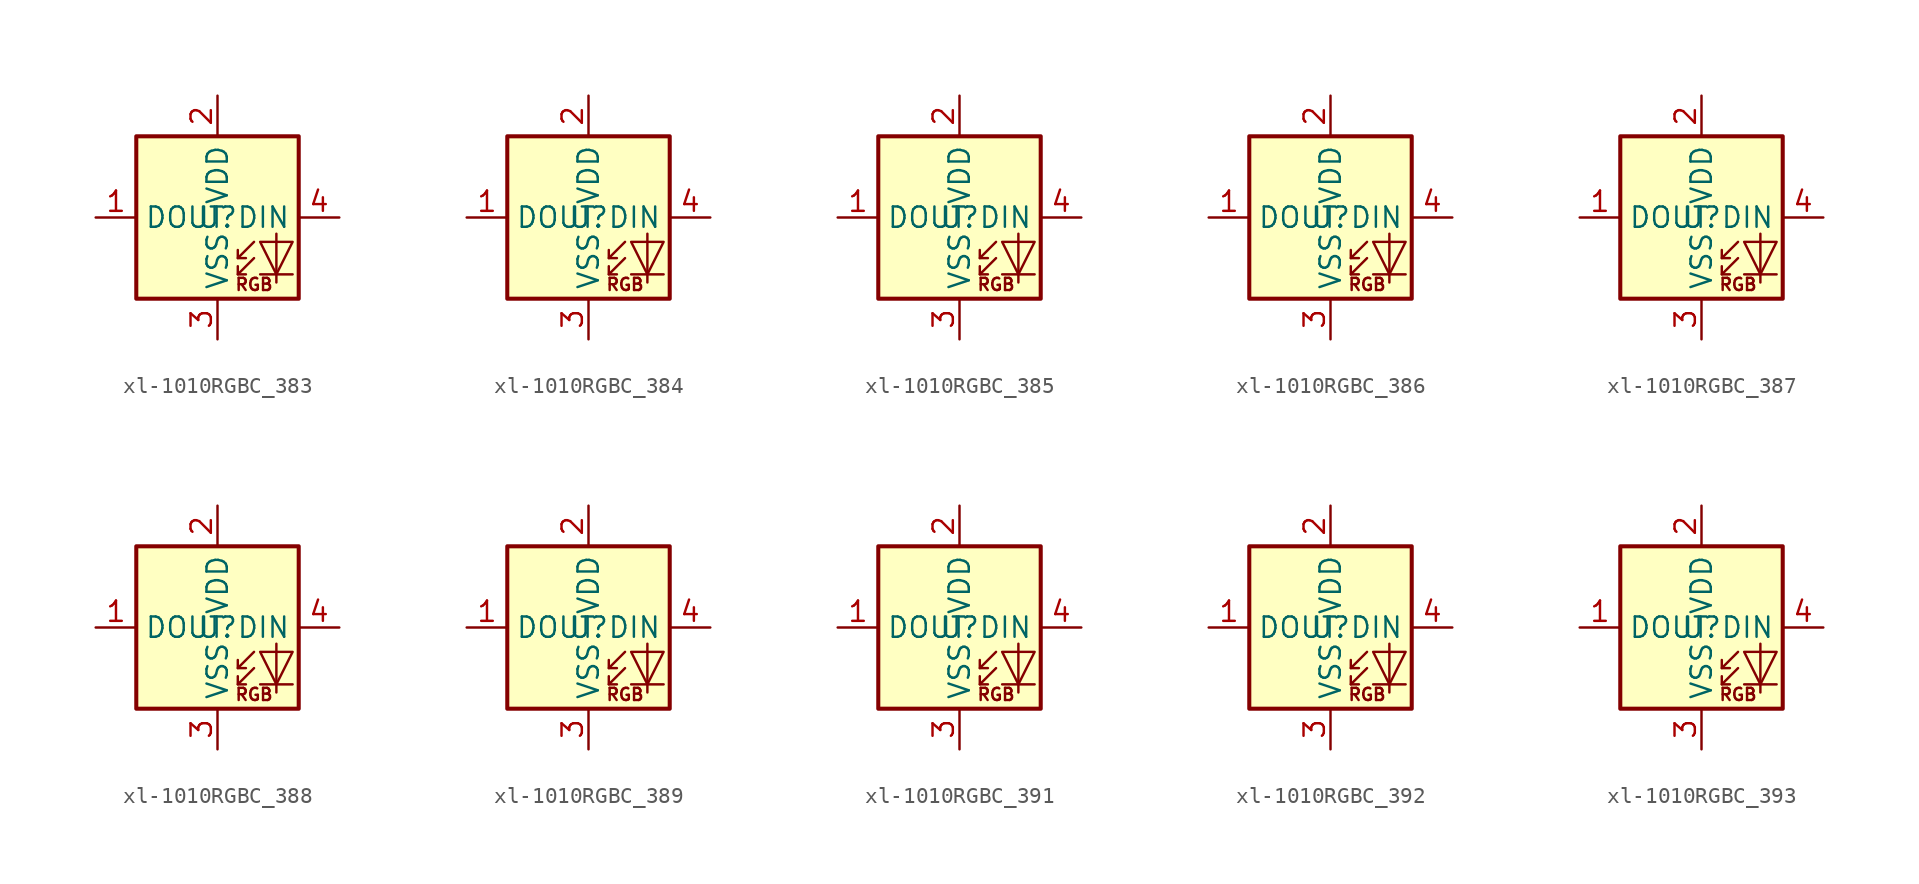
<source format=kicad_sym>
(kicad_symbol_lib
  (version 20231120)
  (generator "kicad_symbol_editor")
  (generator_version "8.0")
  (symbol "xl-1010RGBC_383"
    (property "Reference" "U"
      (at 0 0 0)
      (effects (font (size 1.27 1.27))))
    (property "Value" ""
      (at 0 0 0)
      (effects (font (size 1.27 1.27))))
    (symbol "xl-1010RGBC_383_0_0"
      (text "RGB" (at 2.286 -4.191 0) (effects (font (size 0.762 0.762)))))
    (symbol "xl-1010RGBC_383_0_1"
      (polyline (pts (xy 1.27 -3.556) (xy 1.778 -3.556)) (stroke (width 0) (type default)) (fill (type none)))
      (polyline (pts (xy 1.27 -2.54) (xy 1.778 -2.54)) (stroke (width 0) (type default)) (fill (type none)))
      (polyline (pts (xy 4.699 -3.556) (xy 2.667 -3.556)) (stroke (width 0) (type default)) (fill (type none)))
      (polyline (pts (xy 2.286 -2.54) (xy 1.27 -3.556) (xy 1.27 -3.048)) (stroke (width 0) (type default)) (fill (type none)))
      (polyline (pts (xy 2.286 -1.524) (xy 1.27 -2.54) (xy 1.27 -2.032)) (stroke (width 0) (type default)) (fill (type none)))
      (polyline (pts (xy 3.683 -1.016) (xy 3.683 -3.556) (xy 3.683 -4.064)) (stroke (width 0) (type default)) (fill (type none)))
      (polyline (pts (xy 4.699 -1.524) (xy 2.667 -1.524) (xy 3.683 -3.556) (xy 4.699 -1.524)) (stroke (width 0) (type default)) (fill (type none)))
      (rectangle (start 5.08 5.08) (end -5.08 -5.08) (stroke (width 0.254) (type default)) (fill (type background))))
    (symbol "xl-1010RGBC_383_1_1"
      (pin output line (at -7.62 0 0) (length 2.54) (name "DOUT" (effects (font (size 1.27 1.27)))) (number "1" (effects (font (size 1.27 1.27)))))
      (pin power_in line (at 0 7.62 270) (length 2.54) (name "VDD" (effects (font (size 1.27 1.27)))) (number "2" (effects (font (size 1.27 1.27)))))
      (pin power_in line (at 0 -7.62 90) (length 2.54) (name "VSS" (effects (font (size 1.27 1.27)))) (number "3" (effects (font (size 1.27 1.27)))))
      (pin input line (at 7.62 0 180) (length 2.54) (name "DIN" (effects (font (size 1.27 1.27)))) (number "4" (effects (font (size 1.27 1.27)))))))
  (symbol "xl-1010RGBC_384"
    (property "Reference" "U"
      (at 0 0 0)
      (effects (font (size 1.27 1.27))))
    (property "Value" ""
      (at 0 0 0)
      (effects (font (size 1.27 1.27))))
    (symbol "xl-1010RGBC_384_0_0"
      (text "RGB" (at 2.286 -4.191 0) (effects (font (size 0.762 0.762)))))
    (symbol "xl-1010RGBC_384_0_1"
      (polyline (pts (xy 1.27 -3.556) (xy 1.778 -3.556)) (stroke (width 0) (type default)) (fill (type none)))
      (polyline (pts (xy 1.27 -2.54) (xy 1.778 -2.54)) (stroke (width 0) (type default)) (fill (type none)))
      (polyline (pts (xy 4.699 -3.556) (xy 2.667 -3.556)) (stroke (width 0) (type default)) (fill (type none)))
      (polyline (pts (xy 2.286 -2.54) (xy 1.27 -3.556) (xy 1.27 -3.048)) (stroke (width 0) (type default)) (fill (type none)))
      (polyline (pts (xy 2.286 -1.524) (xy 1.27 -2.54) (xy 1.27 -2.032)) (stroke (width 0) (type default)) (fill (type none)))
      (polyline (pts (xy 3.683 -1.016) (xy 3.683 -3.556) (xy 3.683 -4.064)) (stroke (width 0) (type default)) (fill (type none)))
      (polyline (pts (xy 4.699 -1.524) (xy 2.667 -1.524) (xy 3.683 -3.556) (xy 4.699 -1.524)) (stroke (width 0) (type default)) (fill (type none)))
      (rectangle (start 5.08 5.08) (end -5.08 -5.08) (stroke (width 0.254) (type default)) (fill (type background))))
    (symbol "xl-1010RGBC_384_1_1"
      (pin output line (at -7.62 0 0) (length 2.54) (name "DOUT" (effects (font (size 1.27 1.27)))) (number "1" (effects (font (size 1.27 1.27)))))
      (pin power_in line (at 0 7.62 270) (length 2.54) (name "VDD" (effects (font (size 1.27 1.27)))) (number "2" (effects (font (size 1.27 1.27)))))
      (pin power_in line (at 0 -7.62 90) (length 2.54) (name "VSS" (effects (font (size 1.27 1.27)))) (number "3" (effects (font (size 1.27 1.27)))))
      (pin input line (at 7.62 0 180) (length 2.54) (name "DIN" (effects (font (size 1.27 1.27)))) (number "4" (effects (font (size 1.27 1.27)))))))
  (symbol "xl-1010RGBC_385"
    (property "Reference" "U"
      (at 0 0 0)
      (effects (font (size 1.27 1.27))))
    (property "Value" ""
      (at 0 0 0)
      (effects (font (size 1.27 1.27))))
    (symbol "xl-1010RGBC_385_0_0"
      (text "RGB" (at 2.286 -4.191 0) (effects (font (size 0.762 0.762)))))
    (symbol "xl-1010RGBC_385_0_1"
      (polyline (pts (xy 1.27 -3.556) (xy 1.778 -3.556)) (stroke (width 0) (type default)) (fill (type none)))
      (polyline (pts (xy 1.27 -2.54) (xy 1.778 -2.54)) (stroke (width 0) (type default)) (fill (type none)))
      (polyline (pts (xy 4.699 -3.556) (xy 2.667 -3.556)) (stroke (width 0) (type default)) (fill (type none)))
      (polyline (pts (xy 2.286 -2.54) (xy 1.27 -3.556) (xy 1.27 -3.048)) (stroke (width 0) (type default)) (fill (type none)))
      (polyline (pts (xy 2.286 -1.524) (xy 1.27 -2.54) (xy 1.27 -2.032)) (stroke (width 0) (type default)) (fill (type none)))
      (polyline (pts (xy 3.683 -1.016) (xy 3.683 -3.556) (xy 3.683 -4.064)) (stroke (width 0) (type default)) (fill (type none)))
      (polyline (pts (xy 4.699 -1.524) (xy 2.667 -1.524) (xy 3.683 -3.556) (xy 4.699 -1.524)) (stroke (width 0) (type default)) (fill (type none)))
      (rectangle (start 5.08 5.08) (end -5.08 -5.08) (stroke (width 0.254) (type default)) (fill (type background))))
    (symbol "xl-1010RGBC_385_1_1"
      (pin output line (at -7.62 0 0) (length 2.54) (name "DOUT" (effects (font (size 1.27 1.27)))) (number "1" (effects (font (size 1.27 1.27)))))
      (pin power_in line (at 0 7.62 270) (length 2.54) (name "VDD" (effects (font (size 1.27 1.27)))) (number "2" (effects (font (size 1.27 1.27)))))
      (pin power_in line (at 0 -7.62 90) (length 2.54) (name "VSS" (effects (font (size 1.27 1.27)))) (number "3" (effects (font (size 1.27 1.27)))))
      (pin input line (at 7.62 0 180) (length 2.54) (name "DIN" (effects (font (size 1.27 1.27)))) (number "4" (effects (font (size 1.27 1.27)))))))
  (symbol "xl-1010RGBC_386"
    (property "Reference" "U"
      (at 0 0 0)
      (effects (font (size 1.27 1.27))))
    (property "Value" ""
      (at 0 0 0)
      (effects (font (size 1.27 1.27))))
    (symbol "xl-1010RGBC_386_0_0"
      (text "RGB" (at 2.286 -4.191 0) (effects (font (size 0.762 0.762)))))
    (symbol "xl-1010RGBC_386_0_1"
      (polyline (pts (xy 1.27 -3.556) (xy 1.778 -3.556)) (stroke (width 0) (type default)) (fill (type none)))
      (polyline (pts (xy 1.27 -2.54) (xy 1.778 -2.54)) (stroke (width 0) (type default)) (fill (type none)))
      (polyline (pts (xy 4.699 -3.556) (xy 2.667 -3.556)) (stroke (width 0) (type default)) (fill (type none)))
      (polyline (pts (xy 2.286 -2.54) (xy 1.27 -3.556) (xy 1.27 -3.048)) (stroke (width 0) (type default)) (fill (type none)))
      (polyline (pts (xy 2.286 -1.524) (xy 1.27 -2.54) (xy 1.27 -2.032)) (stroke (width 0) (type default)) (fill (type none)))
      (polyline (pts (xy 3.683 -1.016) (xy 3.683 -3.556) (xy 3.683 -4.064)) (stroke (width 0) (type default)) (fill (type none)))
      (polyline (pts (xy 4.699 -1.524) (xy 2.667 -1.524) (xy 3.683 -3.556) (xy 4.699 -1.524)) (stroke (width 0) (type default)) (fill (type none)))
      (rectangle (start 5.08 5.08) (end -5.08 -5.08) (stroke (width 0.254) (type default)) (fill (type background))))
    (symbol "xl-1010RGBC_386_1_1"
      (pin output line (at -7.62 0 0) (length 2.54) (name "DOUT" (effects (font (size 1.27 1.27)))) (number "1" (effects (font (size 1.27 1.27)))))
      (pin power_in line (at 0 7.62 270) (length 2.54) (name "VDD" (effects (font (size 1.27 1.27)))) (number "2" (effects (font (size 1.27 1.27)))))
      (pin power_in line (at 0 -7.62 90) (length 2.54) (name "VSS" (effects (font (size 1.27 1.27)))) (number "3" (effects (font (size 1.27 1.27)))))
      (pin input line (at 7.62 0 180) (length 2.54) (name "DIN" (effects (font (size 1.27 1.27)))) (number "4" (effects (font (size 1.27 1.27)))))))
  (symbol "xl-1010RGBC_387"
    (property "Reference" "U"
      (at 0 0 0)
      (effects (font (size 1.27 1.27))))
    (property "Value" ""
      (at 0 0 0)
      (effects (font (size 1.27 1.27))))
    (symbol "xl-1010RGBC_387_0_0"
      (text "RGB" (at 2.286 -4.191 0) (effects (font (size 0.762 0.762)))))
    (symbol "xl-1010RGBC_387_0_1"
      (polyline (pts (xy 1.27 -3.556) (xy 1.778 -3.556)) (stroke (width 0) (type default)) (fill (type none)))
      (polyline (pts (xy 1.27 -2.54) (xy 1.778 -2.54)) (stroke (width 0) (type default)) (fill (type none)))
      (polyline (pts (xy 4.699 -3.556) (xy 2.667 -3.556)) (stroke (width 0) (type default)) (fill (type none)))
      (polyline (pts (xy 2.286 -2.54) (xy 1.27 -3.556) (xy 1.27 -3.048)) (stroke (width 0) (type default)) (fill (type none)))
      (polyline (pts (xy 2.286 -1.524) (xy 1.27 -2.54) (xy 1.27 -2.032)) (stroke (width 0) (type default)) (fill (type none)))
      (polyline (pts (xy 3.683 -1.016) (xy 3.683 -3.556) (xy 3.683 -4.064)) (stroke (width 0) (type default)) (fill (type none)))
      (polyline (pts (xy 4.699 -1.524) (xy 2.667 -1.524) (xy 3.683 -3.556) (xy 4.699 -1.524)) (stroke (width 0) (type default)) (fill (type none)))
      (rectangle (start 5.08 5.08) (end -5.08 -5.08) (stroke (width 0.254) (type default)) (fill (type background))))
    (symbol "xl-1010RGBC_387_1_1"
      (pin output line (at -7.62 0 0) (length 2.54) (name "DOUT" (effects (font (size 1.27 1.27)))) (number "1" (effects (font (size 1.27 1.27)))))
      (pin power_in line (at 0 7.62 270) (length 2.54) (name "VDD" (effects (font (size 1.27 1.27)))) (number "2" (effects (font (size 1.27 1.27)))))
      (pin power_in line (at 0 -7.62 90) (length 2.54) (name "VSS" (effects (font (size 1.27 1.27)))) (number "3" (effects (font (size 1.27 1.27)))))
      (pin input line (at 7.62 0 180) (length 2.54) (name "DIN" (effects (font (size 1.27 1.27)))) (number "4" (effects (font (size 1.27 1.27)))))))
  (symbol "xl-1010RGBC_388"
    (property "Reference" "U"
      (at 0 0 0)
      (effects (font (size 1.27 1.27))))
    (property "Value" ""
      (at 0 0 0)
      (effects (font (size 1.27 1.27))))
    (symbol "xl-1010RGBC_388_0_0"
      (text "RGB" (at 2.286 -4.191 0) (effects (font (size 0.762 0.762)))))
    (symbol "xl-1010RGBC_388_0_1"
      (polyline (pts (xy 1.27 -3.556) (xy 1.778 -3.556)) (stroke (width 0) (type default)) (fill (type none)))
      (polyline (pts (xy 1.27 -2.54) (xy 1.778 -2.54)) (stroke (width 0) (type default)) (fill (type none)))
      (polyline (pts (xy 4.699 -3.556) (xy 2.667 -3.556)) (stroke (width 0) (type default)) (fill (type none)))
      (polyline (pts (xy 2.286 -2.54) (xy 1.27 -3.556) (xy 1.27 -3.048)) (stroke (width 0) (type default)) (fill (type none)))
      (polyline (pts (xy 2.286 -1.524) (xy 1.27 -2.54) (xy 1.27 -2.032)) (stroke (width 0) (type default)) (fill (type none)))
      (polyline (pts (xy 3.683 -1.016) (xy 3.683 -3.556) (xy 3.683 -4.064)) (stroke (width 0) (type default)) (fill (type none)))
      (polyline (pts (xy 4.699 -1.524) (xy 2.667 -1.524) (xy 3.683 -3.556) (xy 4.699 -1.524)) (stroke (width 0) (type default)) (fill (type none)))
      (rectangle (start 5.08 5.08) (end -5.08 -5.08) (stroke (width 0.254) (type default)) (fill (type background))))
    (symbol "xl-1010RGBC_388_1_1"
      (pin output line (at -7.62 0 0) (length 2.54) (name "DOUT" (effects (font (size 1.27 1.27)))) (number "1" (effects (font (size 1.27 1.27)))))
      (pin power_in line (at 0 7.62 270) (length 2.54) (name "VDD" (effects (font (size 1.27 1.27)))) (number "2" (effects (font (size 1.27 1.27)))))
      (pin power_in line (at 0 -7.62 90) (length 2.54) (name "VSS" (effects (font (size 1.27 1.27)))) (number "3" (effects (font (size 1.27 1.27)))))
      (pin input line (at 7.62 0 180) (length 2.54) (name "DIN" (effects (font (size 1.27 1.27)))) (number "4" (effects (font (size 1.27 1.27)))))))
  (symbol "xl-1010RGBC_389"
    (property "Reference" "U"
      (at 0 0 0)
      (effects (font (size 1.27 1.27))))
    (property "Value" ""
      (at 0 0 0)
      (effects (font (size 1.27 1.27))))
    (symbol "xl-1010RGBC_389_0_0"
      (text "RGB" (at 2.286 -4.191 0) (effects (font (size 0.762 0.762)))))
    (symbol "xl-1010RGBC_389_0_1"
      (polyline (pts (xy 1.27 -3.556) (xy 1.778 -3.556)) (stroke (width 0) (type default)) (fill (type none)))
      (polyline (pts (xy 1.27 -2.54) (xy 1.778 -2.54)) (stroke (width 0) (type default)) (fill (type none)))
      (polyline (pts (xy 4.699 -3.556) (xy 2.667 -3.556)) (stroke (width 0) (type default)) (fill (type none)))
      (polyline (pts (xy 2.286 -2.54) (xy 1.27 -3.556) (xy 1.27 -3.048)) (stroke (width 0) (type default)) (fill (type none)))
      (polyline (pts (xy 2.286 -1.524) (xy 1.27 -2.54) (xy 1.27 -2.032)) (stroke (width 0) (type default)) (fill (type none)))
      (polyline (pts (xy 3.683 -1.016) (xy 3.683 -3.556) (xy 3.683 -4.064)) (stroke (width 0) (type default)) (fill (type none)))
      (polyline (pts (xy 4.699 -1.524) (xy 2.667 -1.524) (xy 3.683 -3.556) (xy 4.699 -1.524)) (stroke (width 0) (type default)) (fill (type none)))
      (rectangle (start 5.08 5.08) (end -5.08 -5.08) (stroke (width 0.254) (type default)) (fill (type background))))
    (symbol "xl-1010RGBC_389_1_1"
      (pin output line (at -7.62 0 0) (length 2.54) (name "DOUT" (effects (font (size 1.27 1.27)))) (number "1" (effects (font (size 1.27 1.27)))))
      (pin power_in line (at 0 7.62 270) (length 2.54) (name "VDD" (effects (font (size 1.27 1.27)))) (number "2" (effects (font (size 1.27 1.27)))))
      (pin power_in line (at 0 -7.62 90) (length 2.54) (name "VSS" (effects (font (size 1.27 1.27)))) (number "3" (effects (font (size 1.27 1.27)))))
      (pin input line (at 7.62 0 180) (length 2.54) (name "DIN" (effects (font (size 1.27 1.27)))) (number "4" (effects (font (size 1.27 1.27)))))))
  (symbol "xl-1010RGBC_391"
    (property "Reference" "U"
      (at 0 0 0)
      (effects (font (size 1.27 1.27))))
    (property "Value" ""
      (at 0 0 0)
      (effects (font (size 1.27 1.27))))
    (symbol "xl-1010RGBC_391_0_0"
      (text "RGB" (at 2.286 -4.191 0) (effects (font (size 0.762 0.762)))))
    (symbol "xl-1010RGBC_391_0_1"
      (polyline (pts (xy 1.27 -3.556) (xy 1.778 -3.556)) (stroke (width 0) (type default)) (fill (type none)))
      (polyline (pts (xy 1.27 -2.54) (xy 1.778 -2.54)) (stroke (width 0) (type default)) (fill (type none)))
      (polyline (pts (xy 4.699 -3.556) (xy 2.667 -3.556)) (stroke (width 0) (type default)) (fill (type none)))
      (polyline (pts (xy 2.286 -2.54) (xy 1.27 -3.556) (xy 1.27 -3.048)) (stroke (width 0) (type default)) (fill (type none)))
      (polyline (pts (xy 2.286 -1.524) (xy 1.27 -2.54) (xy 1.27 -2.032)) (stroke (width 0) (type default)) (fill (type none)))
      (polyline (pts (xy 3.683 -1.016) (xy 3.683 -3.556) (xy 3.683 -4.064)) (stroke (width 0) (type default)) (fill (type none)))
      (polyline (pts (xy 4.699 -1.524) (xy 2.667 -1.524) (xy 3.683 -3.556) (xy 4.699 -1.524)) (stroke (width 0) (type default)) (fill (type none)))
      (rectangle (start 5.08 5.08) (end -5.08 -5.08) (stroke (width 0.254) (type default)) (fill (type background))))
    (symbol "xl-1010RGBC_391_1_1"
      (pin output line (at -7.62 0 0) (length 2.54) (name "DOUT" (effects (font (size 1.27 1.27)))) (number "1" (effects (font (size 1.27 1.27)))))
      (pin power_in line (at 0 7.62 270) (length 2.54) (name "VDD" (effects (font (size 1.27 1.27)))) (number "2" (effects (font (size 1.27 1.27)))))
      (pin power_in line (at 0 -7.62 90) (length 2.54) (name "VSS" (effects (font (size 1.27 1.27)))) (number "3" (effects (font (size 1.27 1.27)))))
      (pin input line (at 7.62 0 180) (length 2.54) (name "DIN" (effects (font (size 1.27 1.27)))) (number "4" (effects (font (size 1.27 1.27)))))))
  (symbol "xl-1010RGBC_392"
    (property "Reference" "U"
      (at 0 0 0)
      (effects (font (size 1.27 1.27))))
    (property "Value" ""
      (at 0 0 0)
      (effects (font (size 1.27 1.27))))
    (symbol "xl-1010RGBC_392_0_0"
      (text "RGB" (at 2.286 -4.191 0) (effects (font (size 0.762 0.762)))))
    (symbol "xl-1010RGBC_392_0_1"
      (polyline (pts (xy 1.27 -3.556) (xy 1.778 -3.556)) (stroke (width 0) (type default)) (fill (type none)))
      (polyline (pts (xy 1.27 -2.54) (xy 1.778 -2.54)) (stroke (width 0) (type default)) (fill (type none)))
      (polyline (pts (xy 4.699 -3.556) (xy 2.667 -3.556)) (stroke (width 0) (type default)) (fill (type none)))
      (polyline (pts (xy 2.286 -2.54) (xy 1.27 -3.556) (xy 1.27 -3.048)) (stroke (width 0) (type default)) (fill (type none)))
      (polyline (pts (xy 2.286 -1.524) (xy 1.27 -2.54) (xy 1.27 -2.032)) (stroke (width 0) (type default)) (fill (type none)))
      (polyline (pts (xy 3.683 -1.016) (xy 3.683 -3.556) (xy 3.683 -4.064)) (stroke (width 0) (type default)) (fill (type none)))
      (polyline (pts (xy 4.699 -1.524) (xy 2.667 -1.524) (xy 3.683 -3.556) (xy 4.699 -1.524)) (stroke (width 0) (type default)) (fill (type none)))
      (rectangle (start 5.08 5.08) (end -5.08 -5.08) (stroke (width 0.254) (type default)) (fill (type background))))
    (symbol "xl-1010RGBC_392_1_1"
      (pin output line (at -7.62 0 0) (length 2.54) (name "DOUT" (effects (font (size 1.27 1.27)))) (number "1" (effects (font (size 1.27 1.27)))))
      (pin power_in line (at 0 7.62 270) (length 2.54) (name "VDD" (effects (font (size 1.27 1.27)))) (number "2" (effects (font (size 1.27 1.27)))))
      (pin power_in line (at 0 -7.62 90) (length 2.54) (name "VSS" (effects (font (size 1.27 1.27)))) (number "3" (effects (font (size 1.27 1.27)))))
      (pin input line (at 7.62 0 180) (length 2.54) (name "DIN" (effects (font (size 1.27 1.27)))) (number "4" (effects (font (size 1.27 1.27)))))))
  (symbol "xl-1010RGBC_393"
    (property "Reference" "U"
      (at 0 0 0)
      (effects (font (size 1.27 1.27))))
    (property "Value" ""
      (at 0 0 0)
      (effects (font (size 1.27 1.27))))
    (symbol "xl-1010RGBC_393_0_0"
      (text "RGB" (at 2.286 -4.191 0) (effects (font (size 0.762 0.762)))))
    (symbol "xl-1010RGBC_393_0_1"
      (polyline (pts (xy 1.27 -3.556) (xy 1.778 -3.556)) (stroke (width 0) (type default)) (fill (type none)))
      (polyline (pts (xy 1.27 -2.54) (xy 1.778 -2.54)) (stroke (width 0) (type default)) (fill (type none)))
      (polyline (pts (xy 4.699 -3.556) (xy 2.667 -3.556)) (stroke (width 0) (type default)) (fill (type none)))
      (polyline (pts (xy 2.286 -2.54) (xy 1.27 -3.556) (xy 1.27 -3.048)) (stroke (width 0) (type default)) (fill (type none)))
      (polyline (pts (xy 2.286 -1.524) (xy 1.27 -2.54) (xy 1.27 -2.032)) (stroke (width 0) (type default)) (fill (type none)))
      (polyline (pts (xy 3.683 -1.016) (xy 3.683 -3.556) (xy 3.683 -4.064)) (stroke (width 0) (type default)) (fill (type none)))
      (polyline (pts (xy 4.699 -1.524) (xy 2.667 -1.524) (xy 3.683 -3.556) (xy 4.699 -1.524)) (stroke (width 0) (type default)) (fill (type none)))
      (rectangle (start 5.08 5.08) (end -5.08 -5.08) (stroke (width 0.254) (type default)) (fill (type background))))
    (symbol "xl-1010RGBC_393_1_1"
      (pin output line (at -7.62 0 0) (length 2.54) (name "DOUT" (effects (font (size 1.27 1.27)))) (number "1" (effects (font (size 1.27 1.27)))))
      (pin power_in line (at 0 7.62 270) (length 2.54) (name "VDD" (effects (font (size 1.27 1.27)))) (number "2" (effects (font (size 1.27 1.27)))))
      (pin power_in line (at 0 -7.62 90) (length 2.54) (name "VSS" (effects (font (size 1.27 1.27)))) (number "3" (effects (font (size 1.27 1.27)))))
      (pin input line (at 7.62 0 180) (length 2.54) (name "DIN" (effects (font (size 1.27 1.27)))) (number "4" (effects (font (size 1.27 1.27))))))))
</source>
